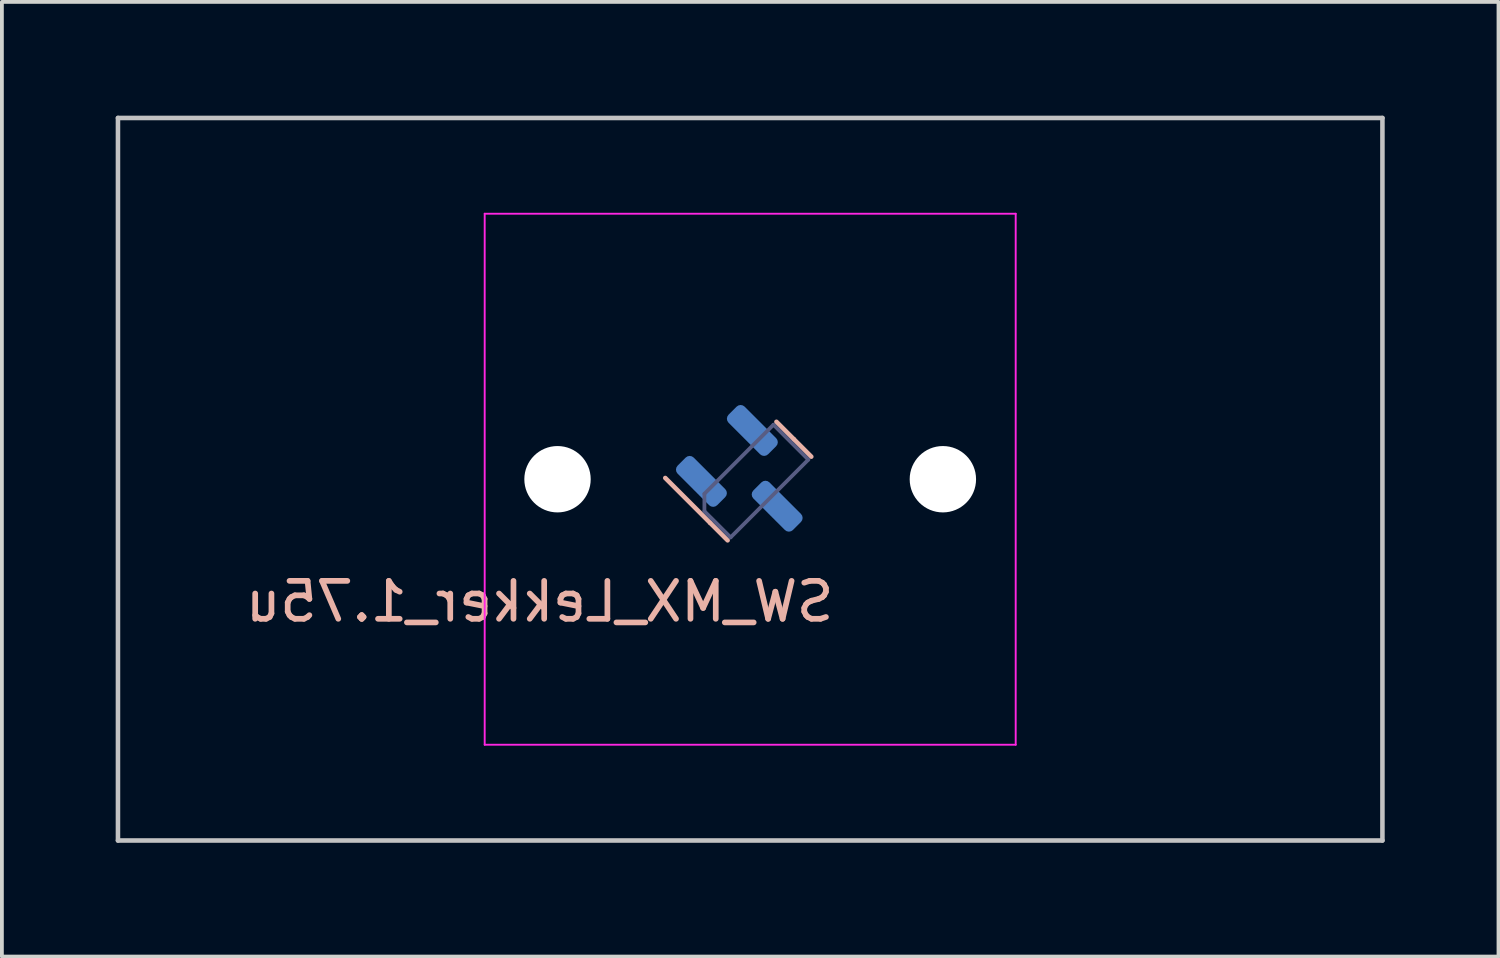
<source format=kicad_pcb>
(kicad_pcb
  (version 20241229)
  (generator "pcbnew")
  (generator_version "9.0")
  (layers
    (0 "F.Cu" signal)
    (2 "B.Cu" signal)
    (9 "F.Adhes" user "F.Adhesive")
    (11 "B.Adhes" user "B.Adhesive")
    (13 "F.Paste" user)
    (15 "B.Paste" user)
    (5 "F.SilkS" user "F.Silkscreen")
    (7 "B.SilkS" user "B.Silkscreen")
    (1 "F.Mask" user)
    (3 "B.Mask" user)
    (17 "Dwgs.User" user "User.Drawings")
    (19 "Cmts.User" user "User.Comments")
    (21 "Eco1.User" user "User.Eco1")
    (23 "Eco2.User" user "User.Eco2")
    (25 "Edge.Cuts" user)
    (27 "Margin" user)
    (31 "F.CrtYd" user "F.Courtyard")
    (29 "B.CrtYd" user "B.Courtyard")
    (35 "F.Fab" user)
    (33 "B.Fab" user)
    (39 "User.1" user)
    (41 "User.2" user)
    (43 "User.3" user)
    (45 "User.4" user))
  (footprint "SW_MX_Lekker_1.75u"
    (layer "F.Cu")
    (at 16.729 9.585)
    (property "Reference" "SW_MX_Lekker_1.75u" (at 2.286 3.81 0) (layer "B.SilkS") (effects (font (size 1 1) (thickness 0.15)) (justify left bottom mirror)))
    (attr smd exclude_from_pos_files exclude_from_bom)
    (fp_line (start -1.055 1.151) (end -2.239 -0.033) (stroke (width 0.12) (type solid)) (layer "B.SilkS"))
    (fp_line (start -1.055 1.151) (end -0.595 1.611) (stroke (width 0.12) (type solid)) (layer "B.SilkS"))
    (fp_line (start 1.151 -1.055) (end 0.692 -1.514) (stroke (width 0.12) (type solid)) (layer "B.SilkS"))
    (fp_line (start 1.151 -1.055) (end 1.611 -0.595) (stroke (width 0.12) (type solid)) (layer "B.SilkS"))
    (fp_line (start -16.669 -9.525) (end -16.669 9.525) (stroke (width 0.12) (type solid)) (layer "Dwgs.User"))
    (fp_line (start -16.669 9.525) (end 16.669 9.525) (stroke (width 0.12) (type solid)) (layer "Dwgs.User"))
    (fp_line (start 16.669 -9.525) (end -16.669 -9.525) (stroke (width 0.12) (type solid)) (layer "Dwgs.User"))
    (fp_line (start 16.669 9.525) (end 16.669 -9.525) (stroke (width 0.12) (type solid)) (layer "Dwgs.User"))
    (fp_line (start -7 6.5) (end -7 -6.5) (stroke (width 0.05) (type solid)) (layer "Eco2.User"))
    (fp_line (start -6.5 -7) (end 6.5 -7) (stroke (width 0.05) (type solid)) (layer "Eco2.User"))
    (fp_line (start 6.5 7) (end -6.5 7) (stroke (width 0.05) (type solid)) (layer "Eco2.User"))
    (fp_line (start 7 -6.5) (end 7 6.5) (stroke (width 0.05) (type solid)) (layer "Eco2.User"))
    (fp_arc (start -7 -6.5) (mid -6.853553 -6.853553) (end -6.5 -7) (stroke (width 0.05) (type solid)) (layer "Eco2.User"))
    (fp_arc (start -6.5 7) (mid -6.853553 6.853553) (end -7 6.5) (stroke (width 0.05) (type solid)) (layer "Eco2.User"))
    (fp_arc (start 6.5 -7) (mid 6.853553 -6.853553) (end 7 -6.5) (stroke (width 0.05) (type solid)) (layer "Eco2.User"))
    (fp_arc (start 6.997236 6.498884) (mid 6.850789 6.852437) (end 6.497236 6.998884) (stroke (width 0.05) (type solid)) (layer "Eco2.User"))
    (fp_line (start -7 -7) (end -7 7) (stroke (width 0.05) (type solid)) (layer "F.CrtYd"))
    (fp_line (start -7 7) (end 7 7) (stroke (width 0.05) (type solid)) (layer "F.CrtYd"))
    (fp_line (start 7 -7) (end -7 -7) (stroke (width 0.05) (type solid)) (layer "F.CrtYd"))
    (fp_line (start 7 7) (end 7 -7) (stroke (width 0.05) (type solid)) (layer "F.CrtYd"))
    (fp_line (start -1.207 0.384) (end -1.207 0.844) (stroke (width 0.1) (type solid)) (layer "B.Fab"))
    (fp_line (start -1.207 0.844) (end -0.517 1.533) (stroke (width 0.1) (type solid)) (layer "B.Fab"))
    (fp_line (start -0.517 1.533) (end 1.533 -0.517) (stroke (width 0.1) (type solid)) (layer "B.Fab"))
    (fp_line (start 0.614 -1.437) (end -1.207 0.384) (stroke (width 0.1) (type solid)) (layer "B.Fab"))
    (fp_line (start 1.533 -0.517) (end 0.614 -1.437) (stroke (width 0.1) (type solid)) (layer "B.Fab"))
    (pad "" np_thru_hole circle (at -5.08 0) (size 1.75 1.75) (drill 1.75) (layers "*.Cu" "*.Mask"))
    (pad "" np_thru_hole circle (at 5.08 0) (size 1.75 1.75) (drill 1.75) (layers "*.Cu" "*.Mask"))
    (pad "1" smd roundrect (at -1.286 0.057 135) (size 1.475 0.6) (layers "B.Cu" "B.Mask" "B.Paste") (roundrect_rratio 0.25))
    (pad "2" smd roundrect (at 0.057 -1.286 135) (size 1.475 0.6) (layers "B.Cu" "B.Mask" "B.Paste") (roundrect_rratio 0.25))
    (pad "3" smd roundrect (at 0.711 0.711 135) (size 1.475 0.6) (layers "B.Cu" "B.Mask" "B.Paste") (roundrect_rratio 0.25))
    (zone (net_name "") (layer "F.Cu") (hatch edge 0.5) (connect_pads) (min_thickness 0.25) (filled_areas_thickness no) (keepout (tracks not_allowed) (vias not_allowed) (pads not_allowed) (copperpour not_allowed) (footprints allowed)) (placement (enabled no)) (fill) (polygon (pts (xy 14.189 7.045) (xy 19.269 7.045) (xy 19.269 12.125) (xy 14.189 12.125)))))
  (gr_rect
    (start -3 -3)
    (end 36.458 22.17)
    (stroke (width 0.1) (type default))
    (fill no)
    (layer "Edge.Cuts")))
</source>
